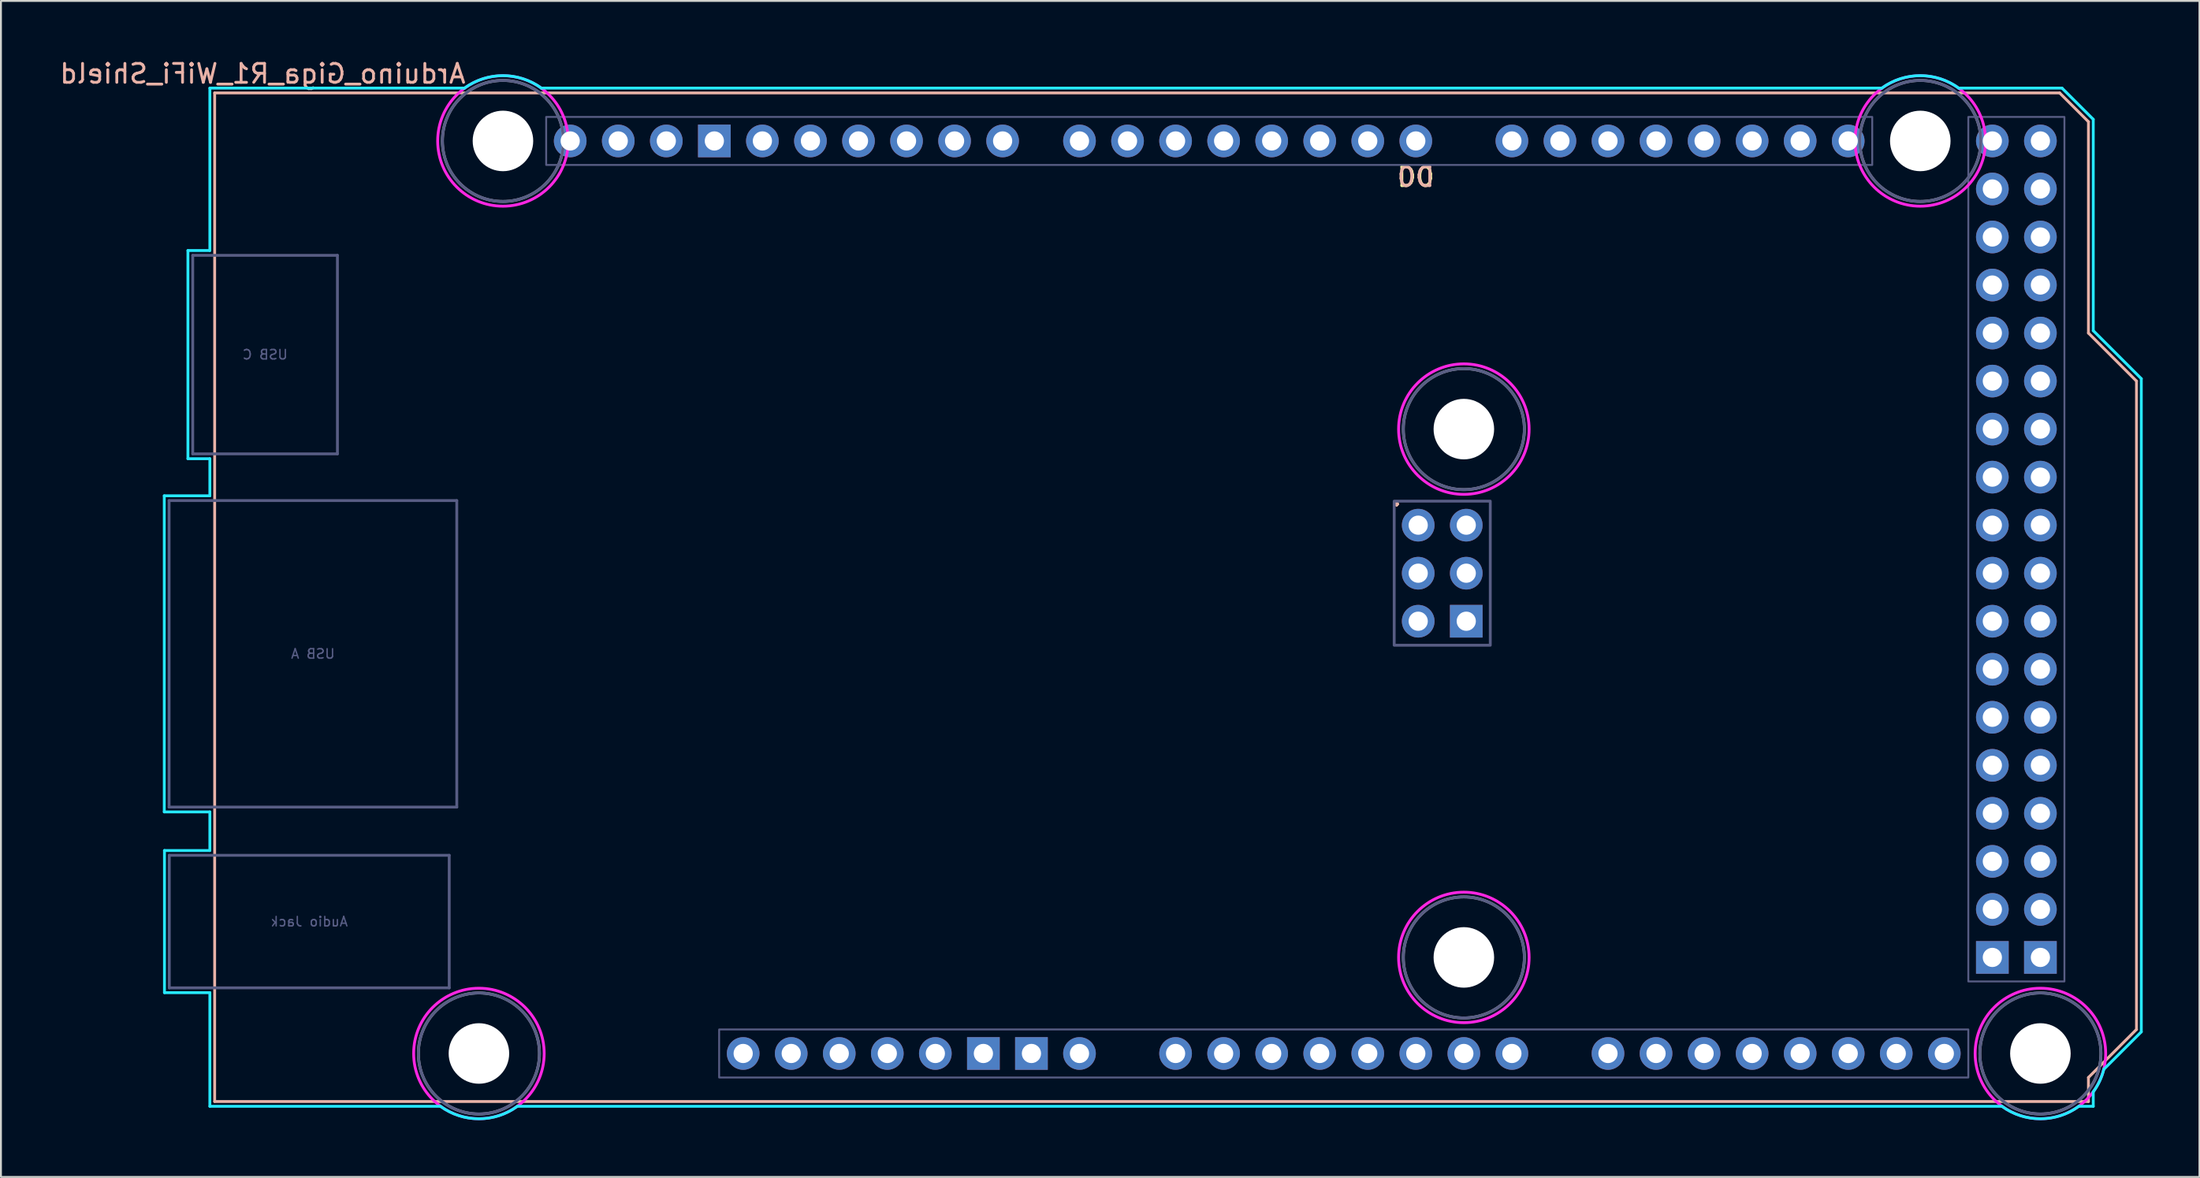
<source format=kicad_pcb>
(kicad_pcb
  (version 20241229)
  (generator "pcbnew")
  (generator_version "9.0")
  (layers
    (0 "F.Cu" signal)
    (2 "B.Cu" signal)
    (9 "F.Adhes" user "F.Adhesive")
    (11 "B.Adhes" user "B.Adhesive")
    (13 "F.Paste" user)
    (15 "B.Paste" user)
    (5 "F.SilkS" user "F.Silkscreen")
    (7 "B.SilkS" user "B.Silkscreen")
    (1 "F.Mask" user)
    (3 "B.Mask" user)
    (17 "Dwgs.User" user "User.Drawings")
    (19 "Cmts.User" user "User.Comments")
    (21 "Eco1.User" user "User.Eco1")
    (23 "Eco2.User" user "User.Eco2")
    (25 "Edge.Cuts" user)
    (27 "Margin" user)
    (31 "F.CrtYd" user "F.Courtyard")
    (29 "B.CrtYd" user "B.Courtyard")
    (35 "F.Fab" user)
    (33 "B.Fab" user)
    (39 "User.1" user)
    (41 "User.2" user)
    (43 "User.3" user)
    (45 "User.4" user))
  (footprint "Arduino_Giga_R1_WiFi_Shield"
    (layer "F.Cu")
    (at 8.299 55.204)
    (property "Reference" "Arduino_Giga_R1_WiFi_Shield" (at 2.54 -54.356 0) (layer "B.SilkS") (effects (font (size 1 1) (thickness 0.15)) (justify mirror)))
    (attr through_hole)
    (fp_line (start 0 -53.34) (end 0 0) (stroke (width 0.15) (type solid)) (layer "B.SilkS"))
    (fp_line (start 0 -53.34) (end 97.536 -53.34) (stroke (width 0.15) (type solid)) (layer "B.SilkS"))
    (fp_line (start 0 0) (end 99.06 0) (stroke (width 0.15) (type solid)) (layer "B.SilkS"))
    (fp_line (start 97.536 -53.34) (end 99.06 -51.816) (stroke (width 0.15) (type solid)) (layer "B.SilkS"))
    (fp_line (start 99.06 -40.64) (end 99.06 -51.816) (stroke (width 0.15) (type solid)) (layer "B.SilkS"))
    (fp_line (start 99.06 -1.27) (end 101.6 -3.81) (stroke (width 0.15) (type solid)) (layer "B.SilkS"))
    (fp_line (start 99.06 0) (end 99.06 -1.27) (stroke (width 0.15) (type solid)) (layer "B.SilkS"))
    (fp_line (start 101.6 -38.1) (end 99.06 -40.64) (stroke (width 0.15) (type solid)) (layer "B.SilkS"))
    (fp_line (start 101.6 -3.81) (end 101.6 -38.1) (stroke (width 0.15) (type solid)) (layer "B.SilkS"))
    (fp_line (start -2.664 -32.034) (end -0.254 -32.034) (stroke (width 0.15) (type solid)) (layer "B.CrtYd"))
    (fp_line (start -2.664 -15.316) (end -2.664 -32.034) (stroke (width 0.15) (type solid)) (layer "B.CrtYd"))
    (fp_line (start -2.664 -15.316) (end -0.254 -15.316) (stroke (width 0.15) (type solid)) (layer "B.CrtYd"))
    (fp_line (start -2.654 -13.274) (end -2.654 -5.756) (stroke (width 0.15) (type solid)) (layer "B.CrtYd"))
    (fp_line (start -2.654 -13.274) (end -0.254 -13.274) (stroke (width 0.15) (type solid)) (layer "B.CrtYd"))
    (fp_line (start -2.654 -5.756) (end -0.254 -5.756) (stroke (width 0.15) (type solid)) (layer "B.CrtYd"))
    (fp_line (start -1.414 -45.004) (end -0.254 -45.004) (stroke (width 0.15) (type solid)) (layer "B.CrtYd"))
    (fp_line (start -1.414 -33.996) (end -1.414 -45.004) (stroke (width 0.15) (type solid)) (layer "B.CrtYd"))
    (fp_line (start -1.414 -33.996) (end -0.254 -33.996) (stroke (width 0.15) (type solid)) (layer "B.CrtYd"))
    (fp_line (start -0.254 -53.594) (end -0.254 -45.004) (stroke (width 0.15) (type solid)) (layer "B.CrtYd"))
    (fp_line (start -0.254 -33.996) (end -0.254 -32.034) (stroke (width 0.15) (type solid)) (layer "B.CrtYd"))
    (fp_line (start -0.254 -15.316) (end -0.254 -13.274) (stroke (width 0.15) (type solid)) (layer "B.CrtYd"))
    (fp_line (start -0.254 -5.756) (end -0.254 0.254) (stroke (width 0.15) (type solid)) (layer "B.CrtYd"))
    (fp_line (start 11.938 0.254) (end -0.254 0.254) (stroke (width 0.15) (type solid)) (layer "B.CrtYd"))
    (fp_line (start 13.208 -53.594) (end -0.254 -53.594) (stroke (width 0.15) (type solid)) (layer "B.CrtYd"))
    (fp_line (start 16.002 0.254) (end 94.488 0.254) (stroke (width 0.15) (type solid)) (layer "B.CrtYd"))
    (fp_line (start 17.272 -53.594) (end 88.138 -53.594) (stroke (width 0.15) (type solid)) (layer "B.CrtYd"))
    (fp_line (start 97.663 -53.594) (end 92.202 -53.594) (stroke (width 0.15) (type solid)) (layer "B.CrtYd"))
    (fp_line (start 97.663 -53.594) (end 99.314 -51.943) (stroke (width 0.15) (type solid)) (layer "B.CrtYd"))
    (fp_line (start 99.314 -40.767) (end 99.314 -51.943) (stroke (width 0.15) (type solid)) (layer "B.CrtYd"))
    (fp_line (start 99.314 0.254) (end 98.552 0.254) (stroke (width 0.15) (type solid)) (layer "B.CrtYd"))
    (fp_line (start 99.314 0.254) (end 99.314 -0.508) (stroke (width 0.15) (type solid)) (layer "B.CrtYd"))
    (fp_line (start 99.873 -1.702) (end 101.854 -3.683) (stroke (width 0.15) (type solid)) (layer "B.CrtYd"))
    (fp_line (start 101.854 -38.227) (end 99.314 -40.767) (stroke (width 0.15) (type solid)) (layer "B.CrtYd"))
    (fp_line (start 101.854 -3.683) (end 101.854 -38.227) (stroke (width 0.15) (type solid)) (layer "B.CrtYd"))
    (fp_arc (start 13.208 -53.594) (mid 15.24 -54.254237) (end 17.272 -53.594) (stroke (width 0.15) (type solid)) (layer "B.CrtYd"))
    (fp_arc (start 16.002 0.254) (mid 13.97 0.914237) (end 11.938 0.254) (stroke (width 0.15) (type solid)) (layer "B.CrtYd"))
    (fp_arc (start 88.138 -53.594) (mid 90.17 -54.254237) (end 92.202 -53.594) (stroke (width 0.15) (type solid)) (layer "B.CrtYd"))
    (fp_arc (start 98.552 0.254) (mid 96.52 0.914237) (end 94.488 0.254) (stroke (width 0.15) (type solid)) (layer "B.CrtYd"))
    (fp_arc (start 99.8728 -1.7018) (mid 99.650917 -1.077977) (end 99.314 -0.508) (stroke (width 0.15) (type solid)) (layer "B.CrtYd"))
    (fp_circle (center 13.97 -2.54) (end 17.42 -2.54) (stroke (width 0.15) (type solid)) (fill no) (layer "F.CrtYd"))
    (fp_circle (center 15.24 -50.8) (end 18.69 -50.8) (stroke (width 0.15) (type solid)) (fill no) (layer "F.CrtYd"))
    (fp_circle (center 66.04 -35.56) (end 69.49 -35.56) (stroke (width 0.15) (type solid)) (fill no) (layer "F.CrtYd"))
    (fp_circle (center 66.04 -7.62) (end 69.49 -7.62) (stroke (width 0.15) (type solid)) (fill no) (layer "F.CrtYd"))
    (fp_circle (center 90.17 -50.8) (end 93.62 -50.8) (stroke (width 0.15) (type solid)) (fill no) (layer "F.CrtYd"))
    (fp_circle (center 96.52 -2.54) (end 99.97 -2.54) (stroke (width 0.15) (type solid)) (fill no) (layer "F.CrtYd"))
    (fp_line (start -2.41 -31.78) (end 12.8 -31.78) (stroke (width 0.15) (type solid)) (layer "B.Fab"))
    (fp_line (start -2.41 -15.57) (end -2.41 -31.78) (stroke (width 0.15) (type solid)) (layer "B.Fab"))
    (fp_line (start -2.41 -15.57) (end 12.8 -15.57) (stroke (width 0.15) (type solid)) (layer "B.Fab"))
    (fp_line (start -2.4 -6.01) (end -2.4 -13.02) (stroke (width 0.15) (type solid)) (layer "B.Fab"))
    (fp_line (start -2.4 -6.01) (end 12.4 -6.01) (stroke (width 0.15) (type solid)) (layer "B.Fab"))
    (fp_line (start -1.16 -44.75) (end -1.16 -34.25) (stroke (width 0.15) (type solid)) (layer "B.Fab"))
    (fp_line (start 6.49 -44.75) (end -1.16 -44.75) (stroke (width 0.15) (type solid)) (layer "B.Fab"))
    (fp_line (start 6.49 -44.75) (end 6.49 -34.25) (stroke (width 0.15) (type solid)) (layer "B.Fab"))
    (fp_line (start 6.49 -34.25) (end -1.16 -34.25) (stroke (width 0.15) (type solid)) (layer "B.Fab"))
    (fp_line (start 12.4 -13.02) (end -2.4 -13.02) (stroke (width 0.15) (type solid)) (layer "B.Fab"))
    (fp_line (start 12.4 -6.01) (end 12.4 -13.02) (stroke (width 0.15) (type solid)) (layer "B.Fab"))
    (fp_line (start 12.8 -15.57) (end 12.8 -31.78) (stroke (width 0.15) (type solid)) (layer "B.Fab"))
    (fp_rect (start 17.526 -52.07) (end 87.63 -49.53) (stroke (width 0.1) (type solid)) (fill no) (layer "B.Fab"))
    (fp_rect (start 26.67 -3.81) (end 92.71 -1.27) (stroke (width 0.1) (type solid)) (fill no) (layer "B.Fab"))
    (fp_rect (start 62.357 -31.75) (end 67.437 -24.13) (stroke (width 0.15) (type solid)) (fill no) (layer "B.Fab"))
    (fp_rect (start 92.71 -52.07) (end 97.79 -6.35) (stroke (width 0.1) (type solid)) (fill no) (layer "B.Fab"))
    (fp_circle (center 13.97 -2.54) (end 17.17 -2.54) (stroke (width 0.15) (type solid)) (fill no) (layer "B.Fab"))
    (fp_circle (center 15.24 -50.8) (end 18.44 -50.8) (stroke (width 0.15) (type solid)) (fill no) (layer "B.Fab"))
    (fp_circle (center 66.04 -35.56) (end 69.24 -35.56) (stroke (width 0.15) (type solid)) (fill no) (layer "B.Fab"))
    (fp_circle (center 66.04 -7.62) (end 69.24 -7.62) (stroke (width 0.15) (type solid)) (fill no) (layer "B.Fab"))
    (fp_circle (center 90.17 -50.8) (end 93.37 -50.8) (stroke (width 0.15) (type solid)) (fill no) (layer "B.Fab"))
    (fp_circle (center 96.52 -2.54) (end 99.72 -2.54) (stroke (width 0.15) (type solid)) (fill no) (layer "B.Fab"))
    (fp_circle (center 13.97 -2.54) (end 17.17 -2.54) (stroke (width 0.15) (type solid)) (fill no) (layer "F.Fab"))
    (fp_circle (center 15.24 -50.8) (end 18.44 -50.8) (stroke (width 0.15) (type solid)) (fill no) (layer "F.Fab"))
    (fp_circle (center 66.04 -35.56) (end 69.24 -35.56) (stroke (width 0.15) (type solid)) (fill no) (layer "F.Fab"))
    (fp_circle (center 66.04 -7.62) (end 69.24 -7.62) (stroke (width 0.15) (type solid)) (fill no) (layer "F.Fab"))
    (fp_circle (center 90.17 -50.8) (end 93.37 -50.8) (stroke (width 0.15) (type solid)) (fill no) (layer "F.Fab"))
    (fp_circle (center 96.52 -2.54) (end 99.72 -2.54) (stroke (width 0.15) (type solid)) (fill no) (layer "F.Fab"))
    (fp_text user "." (at 62.484 -32.004 0) (layer "F.SilkS") (effects (font (size 1 1) (thickness 0.15))))
    (fp_text user "D0" (at 63.5 -48.895 0) (unlocked yes) (layer "F.SilkS") (effects (font (size 1 1) (thickness 0.15))))
    (fp_text user "." (at 62.484 -32.004 0) (layer "B.SilkS") (effects (font (size 1 1) (thickness 0.15))))
    (fp_text user "D0" (at 63.5 -48.895 0) (unlocked yes) (layer "B.SilkS") (effects (font (size 1 1) (thickness 0.15)) (justify mirror)))
    (fp_text user "USB C" (at 2.665 -39.5 0) (layer "B.Fab") (effects (font (size 0.5 0.5) (thickness 0.075)) (justify mirror)))
    (fp_text user "USB A" (at 5.195 -23.675 0) (layer "B.Fab") (effects (font (size 0.5 0.5) (thickness 0.075)) (justify mirror)))
    (fp_text user "Audio Jack" (at 5 -9.515 0) (layer "B.Fab") (effects (font (size 0.5 0.5) (thickness 0.075)) (justify mirror)))
    (pad "" np_thru_hole circle (at 13.97 -2.54) (size 3.2 3.2) (drill 3.2) (layers "*.Cu" "*.Mask"))
    (pad "" np_thru_hole circle (at 15.24 -50.8 270) (size 3.2 3.2) (drill 3.2) (layers "*.Cu" "*.Mask"))
    (pad "" thru_hole oval (at 27.94 -2.54) (size 1.727 1.727) (drill 1.016) (layers "*.Cu" "*.Mask"))
    (pad "" np_thru_hole circle (at 66.04 -35.56) (size 3.2 3.2) (drill 3.2) (layers "*.Cu" "*.Mask"))
    (pad "" np_thru_hole circle (at 66.04 -7.62) (size 3.2 3.2) (drill 3.2) (layers "*.Cu" "*.Mask"))
    (pad "" np_thru_hole circle (at 90.17 -50.8) (size 3.2 3.2) (drill 3.2) (layers "*.Cu" "*.Mask"))
    (pad "" np_thru_hole circle (at 96.52 -2.54) (size 3.2 3.2) (drill 3.2) (layers "*.Cu" "*.Mask"))
    (pad "3V3" thru_hole oval (at 35.56 -2.54) (size 1.727 1.727) (drill 1.016) (layers "*.Cu" "*.Mask"))
    (pad "5V1" thru_hole oval (at 38.1 -2.54) (size 1.727 1.727) (drill 1.016) (layers "*.Cu" "*.Mask"))
    (pad "5V2" thru_hole oval (at 66.167 -30.48) (size 1.727 1.727) (drill 1.016) (layers "*.Cu" "*.Mask"))
    (pad "5V3" thru_hole oval (at 93.98 -50.8) (size 1.727 1.727) (drill 1.016) (layers "*.Cu" "*.Mask"))
    (pad "5V4" thru_hole oval (at 96.52 -50.8) (size 1.727 1.727) (drill 1.016) (layers "*.Cu" "*.Mask"))
    (pad "A0" thru_hole oval (at 50.8 -2.54) (size 1.727 1.727) (drill 1.016) (layers "*.Cu" "*.Mask"))
    (pad "A1" thru_hole oval (at 53.34 -2.54) (size 1.727 1.727) (drill 1.016) (layers "*.Cu" "*.Mask"))
    (pad "A2" thru_hole oval (at 55.88 -2.54) (size 1.727 1.727) (drill 1.016) (layers "*.Cu" "*.Mask"))
    (pad "A3" thru_hole oval (at 58.42 -2.54) (size 1.727 1.727) (drill 1.016) (layers "*.Cu" "*.Mask"))
    (pad "A4" thru_hole oval (at 60.96 -2.54) (size 1.727 1.727) (drill 1.016) (layers "*.Cu" "*.Mask"))
    (pad "A5" thru_hole oval (at 63.5 -2.54) (size 1.727 1.727) (drill 1.016) (layers "*.Cu" "*.Mask"))
    (pad "A6" thru_hole oval (at 66.04 -2.54) (size 1.727 1.727) (drill 1.016) (layers "*.Cu" "*.Mask"))
    (pad "A7" thru_hole oval (at 68.58 -2.54) (size 1.727 1.727) (drill 1.016) (layers "*.Cu" "*.Mask"))
    (pad "A8" thru_hole oval (at 73.66 -2.54) (size 1.727 1.727) (drill 1.016) (layers "*.Cu" "*.Mask"))
    (pad "A9" thru_hole oval (at 76.2 -2.54) (size 1.727 1.727) (drill 1.016) (layers "*.Cu" "*.Mask"))
    (pad "A10" thru_hole oval (at 78.74 -2.54) (size 1.727 1.727) (drill 1.016) (layers "*.Cu" "*.Mask"))
    (pad "A11" thru_hole oval (at 81.28 -2.54) (size 1.727 1.727) (drill 1.016) (layers "*.Cu" "*.Mask"))
    (pad "AREF" thru_hole oval (at 23.876 -50.8) (size 1.727 1.727) (drill 1.016) (layers "*.Cu" "*.Mask"))
    (pad "CANR" thru_hole oval (at 88.9 -2.54) (size 1.727 1.727) (drill 1.016) (layers "*.Cu" "*.Mask"))
    (pad "CANT" thru_hole oval (at 91.44 -2.54) (size 1.727 1.727) (drill 1.016) (layers "*.Cu" "*.Mask"))
    (pad "D0" thru_hole oval (at 63.5 -50.8) (size 1.727 1.727) (drill 1.016) (layers "*.Cu" "*.Mask"))
    (pad "D1" thru_hole oval (at 60.96 -50.8) (size 1.727 1.727) (drill 1.016) (layers "*.Cu" "*.Mask"))
    (pad "D2" thru_hole oval (at 58.42 -50.8) (size 1.727 1.727) (drill 1.016) (layers "*.Cu" "*.Mask"))
    (pad "D3" thru_hole oval (at 55.88 -50.8) (size 1.727 1.727) (drill 1.016) (layers "*.Cu" "*.Mask"))
    (pad "D4" thru_hole oval (at 53.34 -50.8) (size 1.727 1.727) (drill 1.016) (layers "*.Cu" "*.Mask"))
    (pad "D5" thru_hole oval (at 50.8 -50.8) (size 1.727 1.727) (drill 1.016) (layers "*.Cu" "*.Mask"))
    (pad "D6" thru_hole oval (at 48.26 -50.8) (size 1.727 1.727) (drill 1.016) (layers "*.Cu" "*.Mask"))
    (pad "D7" thru_hole oval (at 45.72 -50.8) (size 1.727 1.727) (drill 1.016) (layers "*.Cu" "*.Mask"))
    (pad "D8" thru_hole oval (at 41.656 -50.8) (size 1.727 1.727) (drill 1.016) (layers "*.Cu" "*.Mask"))
    (pad "D9" thru_hole oval (at 39.116 -50.8) (size 1.727 1.727) (drill 1.016) (layers "*.Cu" "*.Mask"))
    (pad "D10" thru_hole oval (at 36.576 -50.8) (size 1.727 1.727) (drill 1.016) (layers "*.Cu" "*.Mask"))
    (pad "D11" thru_hole oval (at 34.036 -50.8) (size 1.727 1.727) (drill 1.016) (layers "*.Cu" "*.Mask"))
    (pad "D12" thru_hole oval (at 31.496 -50.8) (size 1.727 1.727) (drill 1.016) (layers "*.Cu" "*.Mask"))
    (pad "D13" thru_hole oval (at 28.956 -50.8) (size 1.727 1.727) (drill 1.016) (layers "*.Cu" "*.Mask"))
    (pad "D14" thru_hole oval (at 68.58 -50.8) (size 1.727 1.727) (drill 1.016) (layers "*.Cu" "*.Mask"))
    (pad "D15" thru_hole oval (at 71.12 -50.8) (size 1.727 1.727) (drill 1.016) (layers "*.Cu" "*.Mask"))
    (pad "D16" thru_hole oval (at 73.66 -50.8) (size 1.727 1.727) (drill 1.016) (layers "*.Cu" "*.Mask"))
    (pad "D17" thru_hole oval (at 76.2 -50.8) (size 1.727 1.727) (drill 1.016) (layers "*.Cu" "*.Mask"))
    (pad "D18" thru_hole oval (at 78.74 -50.8) (size 1.727 1.727) (drill 1.016) (layers "*.Cu" "*.Mask"))
    (pad "D19" thru_hole oval (at 81.28 -50.8) (size 1.727 1.727) (drill 1.016) (layers "*.Cu" "*.Mask"))
    (pad "D20" thru_hole oval (at 83.82 -50.8) (size 1.727 1.727) (drill 1.016) (layers "*.Cu" "*.Mask"))
    (pad "D21" thru_hole oval (at 86.36 -50.8) (size 1.727 1.727) (drill 1.016) (layers "*.Cu" "*.Mask"))
    (pad "D22" thru_hole oval (at 93.98 -48.26) (size 1.727 1.727) (drill 1.016) (layers "*.Cu" "*.Mask"))
    (pad "D23" thru_hole oval (at 96.52 -48.26) (size 1.727 1.727) (drill 1.016) (layers "*.Cu" "*.Mask"))
    (pad "D24" thru_hole oval (at 93.98 -45.72) (size 1.727 1.727) (drill 1.016) (layers "*.Cu" "*.Mask"))
    (pad "D25" thru_hole oval (at 96.52 -45.72) (size 1.727 1.727) (drill 1.016) (layers "*.Cu" "*.Mask"))
    (pad "D26" thru_hole oval (at 93.98 -43.18) (size 1.727 1.727) (drill 1.016) (layers "*.Cu" "*.Mask"))
    (pad "D27" thru_hole oval (at 96.52 -43.18) (size 1.727 1.727) (drill 1.016) (layers "*.Cu" "*.Mask"))
    (pad "D28" thru_hole oval (at 93.98 -40.64) (size 1.727 1.727) (drill 1.016) (layers "*.Cu" "*.Mask"))
    (pad "D29" thru_hole oval (at 96.52 -40.64) (size 1.727 1.727) (drill 1.016) (layers "*.Cu" "*.Mask"))
    (pad "D30" thru_hole oval (at 93.98 -38.1) (size 1.727 1.727) (drill 1.016) (layers "*.Cu" "*.Mask"))
    (pad "D31" thru_hole oval (at 96.52 -38.1) (size 1.727 1.727) (drill 1.016) (layers "*.Cu" "*.Mask"))
    (pad "D32" thru_hole oval (at 93.98 -35.56) (size 1.727 1.727) (drill 1.016) (layers "*.Cu" "*.Mask"))
    (pad "D33" thru_hole oval (at 96.52 -35.56) (size 1.727 1.727) (drill 1.016) (layers "*.Cu" "*.Mask"))
    (pad "D34" thru_hole oval (at 93.98 -33.02) (size 1.727 1.727) (drill 1.016) (layers "*.Cu" "*.Mask"))
    (pad "D35" thru_hole oval (at 96.52 -33.02) (size 1.727 1.727) (drill 1.016) (layers "*.Cu" "*.Mask"))
    (pad "D36" thru_hole oval (at 93.98 -30.48) (size 1.727 1.727) (drill 1.016) (layers "*.Cu" "*.Mask"))
    (pad "D37" thru_hole oval (at 96.52 -30.48) (size 1.727 1.727) (drill 1.016) (layers "*.Cu" "*.Mask"))
    (pad "D38" thru_hole oval (at 93.98 -27.94) (size 1.727 1.727) (drill 1.016) (layers "*.Cu" "*.Mask"))
    (pad "D39" thru_hole oval (at 96.52 -27.94) (size 1.727 1.727) (drill 1.016) (layers "*.Cu" "*.Mask"))
    (pad "D40" thru_hole oval (at 93.98 -25.4) (size 1.727 1.727) (drill 1.016) (layers "*.Cu" "*.Mask"))
    (pad "D41" thru_hole oval (at 96.52 -25.4) (size 1.727 1.727) (drill 1.016) (layers "*.Cu" "*.Mask"))
    (pad "D42" thru_hole oval (at 93.98 -22.86) (size 1.727 1.727) (drill 1.016) (layers "*.Cu" "*.Mask"))
    (pad "D43" thru_hole oval (at 96.52 -22.86) (size 1.727 1.727) (drill 1.016) (layers "*.Cu" "*.Mask"))
    (pad "D44" thru_hole oval (at 93.98 -20.32) (size 1.727 1.727) (drill 1.016) (layers "*.Cu" "*.Mask"))
    (pad "D45" thru_hole oval (at 96.52 -20.32) (size 1.727 1.727) (drill 1.016) (layers "*.Cu" "*.Mask"))
    (pad "D46" thru_hole oval (at 93.98 -17.78) (size 1.727 1.727) (drill 1.016) (layers "*.Cu" "*.Mask"))
    (pad "D47" thru_hole oval (at 96.52 -17.78) (size 1.727 1.727) (drill 1.016) (layers "*.Cu" "*.Mask"))
    (pad "D48" thru_hole oval (at 93.98 -15.24) (size 1.727 1.727) (drill 1.016) (layers "*.Cu" "*.Mask"))
    (pad "D49" thru_hole oval (at 96.52 -15.24) (size 1.727 1.727) (drill 1.016) (layers "*.Cu" "*.Mask"))
    (pad "D50" thru_hole oval (at 93.98 -12.7) (size 1.727 1.727) (drill 1.016) (layers "*.Cu" "*.Mask"))
    (pad "D51" thru_hole oval (at 96.52 -12.7) (size 1.727 1.727) (drill 1.016) (layers "*.Cu" "*.Mask"))
    (pad "D52" thru_hole oval (at 93.98 -10.16) (size 1.727 1.727) (drill 1.016) (layers "*.Cu" "*.Mask"))
    (pad "D53" thru_hole oval (at 96.52 -10.16) (size 1.727 1.727) (drill 1.016) (layers "*.Cu" "*.Mask"))
    (pad "DAC0" thru_hole oval (at 83.82 -2.54) (size 1.727 1.727) (drill 1.016) (layers "*.Cu" "*.Mask"))
    (pad "DAC1" thru_hole oval (at 86.36 -2.54) (size 1.727 1.727) (drill 1.016) (layers "*.Cu" "*.Mask"))
    (pad "GND1" thru_hole rect (at 26.416 -50.8) (size 1.727 1.727) (drill 1.016) (layers "*.Cu" "*.Mask"))
    (pad "GND2" thru_hole rect (at 40.64 -2.54) (size 1.727 1.727) (drill 1.016) (layers "*.Cu" "*.Mask"))
    (pad "GND3" thru_hole rect (at 43.18 -2.54) (size 1.727 1.727) (drill 1.016) (layers "*.Cu" "*.Mask"))
    (pad "GND4" thru_hole rect (at 66.167 -25.4) (size 1.727 1.727) (drill 1.016) (layers "*.Cu" "*.Mask"))
    (pad "GND5" thru_hole rect (at 93.98 -7.62) (size 1.727 1.727) (drill 1.016) (layers "*.Cu" "*.Mask"))
    (pad "GND6" thru_hole rect (at 96.52 -7.62) (size 1.727 1.727) (drill 1.016) (layers "*.Cu" "*.Mask"))
    (pad "IORF" thru_hole oval (at 30.48 -2.54) (size 1.727 1.727) (drill 1.016) (layers "*.Cu" "*.Mask"))
    (pad "MISO" thru_hole oval (at 63.627 -30.48) (size 1.727 1.727) (drill 1.016) (layers "*.Cu" "*.Mask"))
    (pad "MOSI" thru_hole oval (at 66.167 -27.94) (size 1.727 1.727) (drill 1.016) (layers "*.Cu" "*.Mask"))
    (pad "RST1" thru_hole oval (at 33.02 -2.54) (size 1.727 1.727) (drill 1.016) (layers "*.Cu" "*.Mask"))
    (pad "RST2" thru_hole oval (at 63.627 -25.4) (size 1.727 1.727) (drill 1.016) (layers "*.Cu" "*.Mask"))
    (pad "SCK" thru_hole oval (at 63.627 -27.94) (size 1.727 1.727) (drill 1.016) (layers "*.Cu" "*.Mask"))
    (pad "SCL1" thru_hole oval (at 18.796 -50.8) (size 1.727 1.727) (drill 1.016) (layers "*.Cu" "*.Mask"))
    (pad "SDA1" thru_hole oval (at 21.336 -50.8) (size 1.727 1.727) (drill 1.016) (layers "*.Cu" "*.Mask"))
    (pad "VIN" thru_hole oval (at 45.72 -2.54) (size 1.727 1.727) (drill 1.016) (layers "*.Cu" "*.Mask")))
  (gr_rect
    (start -3 -3)
    (end 113.228 59.193)
    (stroke (width 0.1) (type default))
    (fill no)
    (layer "Edge.Cuts")))
</source>
